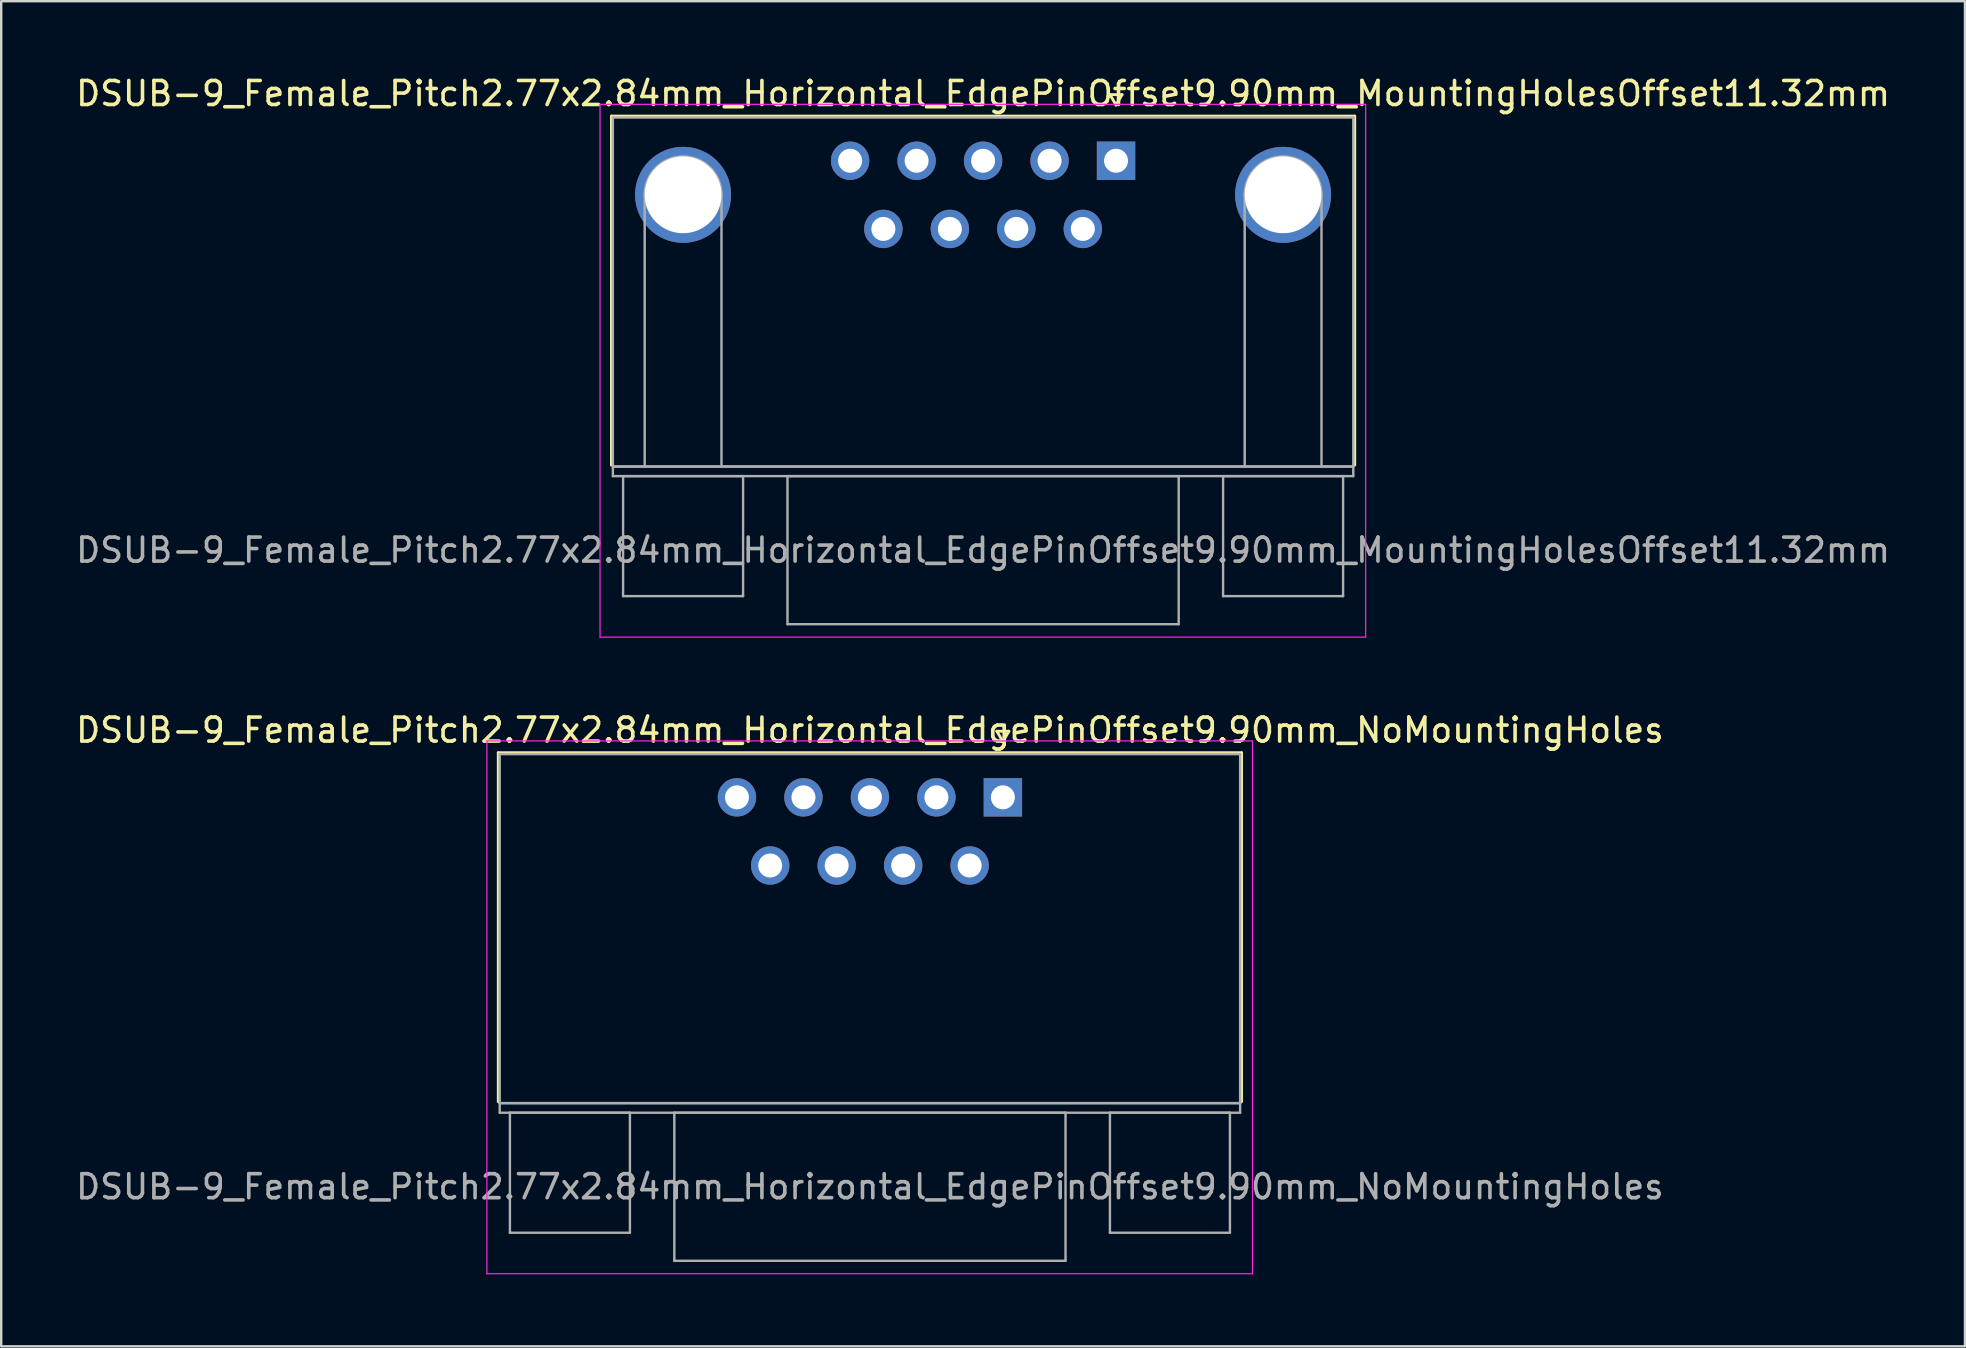
<source format=kicad_pcb>
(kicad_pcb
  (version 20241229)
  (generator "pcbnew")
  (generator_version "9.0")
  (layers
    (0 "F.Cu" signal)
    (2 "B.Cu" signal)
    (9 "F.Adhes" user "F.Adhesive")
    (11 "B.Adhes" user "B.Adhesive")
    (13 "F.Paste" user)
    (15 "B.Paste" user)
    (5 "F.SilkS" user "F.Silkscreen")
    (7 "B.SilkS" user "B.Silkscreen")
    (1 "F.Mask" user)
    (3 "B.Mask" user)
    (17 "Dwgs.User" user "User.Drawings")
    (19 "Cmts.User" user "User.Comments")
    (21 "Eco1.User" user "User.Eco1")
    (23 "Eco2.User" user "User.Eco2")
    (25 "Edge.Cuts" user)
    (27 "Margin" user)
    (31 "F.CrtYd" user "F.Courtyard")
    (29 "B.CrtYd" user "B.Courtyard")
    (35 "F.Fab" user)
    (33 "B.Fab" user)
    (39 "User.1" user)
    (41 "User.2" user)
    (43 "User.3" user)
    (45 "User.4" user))
  (footprint "DSUB-9_Female_Pitch2.77x2.84mm_Horizontal_EdgePinOffset9.90mm_NoMountingHoles"
    (layer "F.Cu")
    (at 38.736 30.172)
    (property "Reference" "DSUB-9_Female_Pitch2.77x2.84mm_Horizontal_EdgePinOffset9.90mm_NoMountingHoles" (at -5.54 -2.8 0) (layer "F.SilkS") (effects (font (size 1 1) (thickness 0.15))))
    (attr through_hole)
    (fp_line (start -21.025 -1.86) (end 9.945 -1.86) (stroke (width 0.12) (type solid)) (layer "F.SilkS"))
    (fp_line (start -21.025 12.68) (end -21.025 -1.86) (stroke (width 0.12) (type solid)) (layer "F.SilkS"))
    (fp_line (start -0.25 -2.754) (end 0.25 -2.754) (stroke (width 0.12) (type solid)) (layer "F.SilkS"))
    (fp_line (start 0 -2.321) (end -0.25 -2.754) (stroke (width 0.12) (type solid)) (layer "F.SilkS"))
    (fp_line (start 0.25 -2.754) (end 0 -2.321) (stroke (width 0.12) (type solid)) (layer "F.SilkS"))
    (fp_line (start 9.945 -1.86) (end 9.945 12.68) (stroke (width 0.12) (type solid)) (layer "F.SilkS"))
    (fp_line (start -21.5 -2.35) (end -21.5 19.85) (stroke (width 0.05) (type solid)) (layer "F.CrtYd"))
    (fp_line (start -21.5 19.85) (end 10.4 19.85) (stroke (width 0.05) (type solid)) (layer "F.CrtYd"))
    (fp_line (start 10.4 -2.35) (end -21.5 -2.35) (stroke (width 0.05) (type solid)) (layer "F.CrtYd"))
    (fp_line (start 10.4 19.85) (end 10.4 -2.35) (stroke (width 0.05) (type solid)) (layer "F.CrtYd"))
    (fp_line (start -20.965 -1.8) (end -20.965 12.74) (stroke (width 0.1) (type solid)) (layer "F.Fab"))
    (fp_line (start -20.965 12.74) (end -20.965 13.14) (stroke (width 0.1) (type solid)) (layer "F.Fab"))
    (fp_line (start -20.965 12.74) (end 9.885 12.74) (stroke (width 0.1) (type solid)) (layer "F.Fab"))
    (fp_line (start -20.965 13.14) (end 9.885 13.14) (stroke (width 0.1) (type solid)) (layer "F.Fab"))
    (fp_line (start -20.54 13.14) (end -20.54 18.14) (stroke (width 0.1) (type solid)) (layer "F.Fab"))
    (fp_line (start -20.54 18.14) (end -15.54 18.14) (stroke (width 0.1) (type solid)) (layer "F.Fab"))
    (fp_line (start -15.54 13.14) (end -20.54 13.14) (stroke (width 0.1) (type solid)) (layer "F.Fab"))
    (fp_line (start -15.54 18.14) (end -15.54 13.14) (stroke (width 0.1) (type solid)) (layer "F.Fab"))
    (fp_line (start -13.69 13.14) (end -13.69 19.31) (stroke (width 0.1) (type solid)) (layer "F.Fab"))
    (fp_line (start -13.69 19.31) (end 2.61 19.31) (stroke (width 0.1) (type solid)) (layer "F.Fab"))
    (fp_line (start 2.61 13.14) (end -13.69 13.14) (stroke (width 0.1) (type solid)) (layer "F.Fab"))
    (fp_line (start 2.61 19.31) (end 2.61 13.14) (stroke (width 0.1) (type solid)) (layer "F.Fab"))
    (fp_line (start 4.46 13.14) (end 4.46 18.14) (stroke (width 0.1) (type solid)) (layer "F.Fab"))
    (fp_line (start 4.46 18.14) (end 9.46 18.14) (stroke (width 0.1) (type solid)) (layer "F.Fab"))
    (fp_line (start 9.46 13.14) (end 4.46 13.14) (stroke (width 0.1) (type solid)) (layer "F.Fab"))
    (fp_line (start 9.46 18.14) (end 9.46 13.14) (stroke (width 0.1) (type solid)) (layer "F.Fab"))
    (fp_line (start 9.885 -1.8) (end -20.965 -1.8) (stroke (width 0.1) (type solid)) (layer "F.Fab"))
    (fp_line (start 9.885 12.74) (end -20.965 12.74) (stroke (width 0.1) (type solid)) (layer "F.Fab"))
    (fp_line (start 9.885 12.74) (end 9.885 -1.8) (stroke (width 0.1) (type solid)) (layer "F.Fab"))
    (fp_line (start 9.885 13.14) (end 9.885 12.74) (stroke (width 0.1) (type solid)) (layer "F.Fab"))
    (fp_text user "${REFERENCE}" (at -5.54 16.225 0) (layer "F.Fab") (effects (font (size 1 1) (thickness 0.15))))
    (pad "1" thru_hole rect (at 0 0) (size 1.6 1.6) (drill 1) (layers "*.Cu" "*.Mask"))
    (pad "2" thru_hole circle (at -2.77 0) (size 1.6 1.6) (drill 1) (layers "*.Cu" "*.Mask"))
    (pad "3" thru_hole circle (at -5.54 0) (size 1.6 1.6) (drill 1) (layers "*.Cu" "*.Mask"))
    (pad "4" thru_hole circle (at -8.31 0) (size 1.6 1.6) (drill 1) (layers "*.Cu" "*.Mask"))
    (pad "5" thru_hole circle (at -11.08 0) (size 1.6 1.6) (drill 1) (layers "*.Cu" "*.Mask"))
    (pad "6" thru_hole circle (at -1.385 2.84) (size 1.6 1.6) (drill 1) (layers "*.Cu" "*.Mask"))
    (pad "7" thru_hole circle (at -4.155 2.84) (size 1.6 1.6) (drill 1) (layers "*.Cu" "*.Mask"))
    (pad "8" thru_hole circle (at -6.925 2.84) (size 1.6 1.6) (drill 1) (layers "*.Cu" "*.Mask"))
    (pad "9" thru_hole circle (at -9.695 2.84) (size 1.6 1.6) (drill 1) (layers "*.Cu" "*.Mask")))
  (footprint "DSUB-9_Female_Pitch2.77x2.84mm_Horizontal_EdgePinOffset9.90mm_MountingHolesOffset11.32mm"
    (layer "F.Cu")
    (at 43.451 3.648)
    (property "Reference" "DSUB-9_Female_Pitch2.77x2.84mm_Horizontal_EdgePinOffset9.90mm_MountingHolesOffset11.32mm" (at -5.54 -2.8 0) (layer "F.SilkS") (effects (font (size 1 1) (thickness 0.15))))
    (attr through_hole)
    (fp_line (start -21.025 -1.86) (end 9.945 -1.86) (stroke (width 0.12) (type solid)) (layer "F.SilkS"))
    (fp_line (start -21.025 12.68) (end -21.025 -1.86) (stroke (width 0.12) (type solid)) (layer "F.SilkS"))
    (fp_line (start -0.25 -2.754) (end 0.25 -2.754) (stroke (width 0.12) (type solid)) (layer "F.SilkS"))
    (fp_line (start 0 -2.321) (end -0.25 -2.754) (stroke (width 0.12) (type solid)) (layer "F.SilkS"))
    (fp_line (start 0.25 -2.754) (end 0 -2.321) (stroke (width 0.12) (type solid)) (layer "F.SilkS"))
    (fp_line (start 9.945 -1.86) (end 9.945 12.68) (stroke (width 0.12) (type solid)) (layer "F.SilkS"))
    (fp_line (start -21.5 -2.35) (end -21.5 19.85) (stroke (width 0.05) (type solid)) (layer "F.CrtYd"))
    (fp_line (start -21.5 19.85) (end 10.4 19.85) (stroke (width 0.05) (type solid)) (layer "F.CrtYd"))
    (fp_line (start 10.4 -2.35) (end -21.5 -2.35) (stroke (width 0.05) (type solid)) (layer "F.CrtYd"))
    (fp_line (start 10.4 19.85) (end 10.4 -2.35) (stroke (width 0.05) (type solid)) (layer "F.CrtYd"))
    (fp_line (start -20.965 -1.8) (end -20.965 12.74) (stroke (width 0.1) (type solid)) (layer "F.Fab"))
    (fp_line (start -20.965 12.74) (end -20.965 13.14) (stroke (width 0.1) (type solid)) (layer "F.Fab"))
    (fp_line (start -20.965 12.74) (end 9.885 12.74) (stroke (width 0.1) (type solid)) (layer "F.Fab"))
    (fp_line (start -20.965 13.14) (end 9.885 13.14) (stroke (width 0.1) (type solid)) (layer "F.Fab"))
    (fp_line (start -20.54 13.14) (end -20.54 18.14) (stroke (width 0.1) (type solid)) (layer "F.Fab"))
    (fp_line (start -20.54 18.14) (end -15.54 18.14) (stroke (width 0.1) (type solid)) (layer "F.Fab"))
    (fp_line (start -19.64 12.74) (end -19.64 1.42) (stroke (width 0.1) (type solid)) (layer "F.Fab"))
    (fp_line (start -16.44 12.74) (end -16.44 1.42) (stroke (width 0.1) (type solid)) (layer "F.Fab"))
    (fp_line (start -15.54 13.14) (end -20.54 13.14) (stroke (width 0.1) (type solid)) (layer "F.Fab"))
    (fp_line (start -15.54 18.14) (end -15.54 13.14) (stroke (width 0.1) (type solid)) (layer "F.Fab"))
    (fp_line (start -13.69 13.14) (end -13.69 19.31) (stroke (width 0.1) (type solid)) (layer "F.Fab"))
    (fp_line (start -13.69 19.31) (end 2.61 19.31) (stroke (width 0.1) (type solid)) (layer "F.Fab"))
    (fp_line (start 2.61 13.14) (end -13.69 13.14) (stroke (width 0.1) (type solid)) (layer "F.Fab"))
    (fp_line (start 2.61 19.31) (end 2.61 13.14) (stroke (width 0.1) (type solid)) (layer "F.Fab"))
    (fp_line (start 4.46 13.14) (end 4.46 18.14) (stroke (width 0.1) (type solid)) (layer "F.Fab"))
    (fp_line (start 4.46 18.14) (end 9.46 18.14) (stroke (width 0.1) (type solid)) (layer "F.Fab"))
    (fp_line (start 5.36 12.74) (end 5.36 1.42) (stroke (width 0.1) (type solid)) (layer "F.Fab"))
    (fp_line (start 8.56 12.74) (end 8.56 1.42) (stroke (width 0.1) (type solid)) (layer "F.Fab"))
    (fp_line (start 9.46 13.14) (end 4.46 13.14) (stroke (width 0.1) (type solid)) (layer "F.Fab"))
    (fp_line (start 9.46 18.14) (end 9.46 13.14) (stroke (width 0.1) (type solid)) (layer "F.Fab"))
    (fp_line (start 9.885 -1.8) (end -20.965 -1.8) (stroke (width 0.1) (type solid)) (layer "F.Fab"))
    (fp_line (start 9.885 12.74) (end -20.965 12.74) (stroke (width 0.1) (type solid)) (layer "F.Fab"))
    (fp_line (start 9.885 12.74) (end 9.885 -1.8) (stroke (width 0.1) (type solid)) (layer "F.Fab"))
    (fp_line (start 9.885 13.14) (end 9.885 12.74) (stroke (width 0.1) (type solid)) (layer "F.Fab"))
    (fp_arc (start -19.64 1.42) (mid -18.04 -0.18) (end -16.44 1.42) (stroke (width 0.1) (type solid)) (layer "F.Fab"))
    (fp_arc (start 5.36 1.42) (mid 6.96 -0.18) (end 8.56 1.42) (stroke (width 0.1) (type solid)) (layer "F.Fab"))
    (fp_text user "${REFERENCE}" (at -5.54 16.225 0) (layer "F.Fab") (effects (font (size 1 1) (thickness 0.15))))
    (pad "0" thru_hole circle (at -18.04 1.42) (size 4 4) (drill 3.2) (layers "*.Cu" "*.Mask"))
    (pad "0" thru_hole circle (at 6.96 1.42) (size 4 4) (drill 3.2) (layers "*.Cu" "*.Mask"))
    (pad "1" thru_hole rect (at 0 0) (size 1.6 1.6) (drill 1) (layers "*.Cu" "*.Mask"))
    (pad "2" thru_hole circle (at -2.77 0) (size 1.6 1.6) (drill 1) (layers "*.Cu" "*.Mask"))
    (pad "3" thru_hole circle (at -5.54 0) (size 1.6 1.6) (drill 1) (layers "*.Cu" "*.Mask"))
    (pad "4" thru_hole circle (at -8.31 0) (size 1.6 1.6) (drill 1) (layers "*.Cu" "*.Mask"))
    (pad "5" thru_hole circle (at -11.08 0) (size 1.6 1.6) (drill 1) (layers "*.Cu" "*.Mask"))
    (pad "6" thru_hole circle (at -1.385 2.84) (size 1.6 1.6) (drill 1) (layers "*.Cu" "*.Mask"))
    (pad "7" thru_hole circle (at -4.155 2.84) (size 1.6 1.6) (drill 1) (layers "*.Cu" "*.Mask"))
    (pad "8" thru_hole circle (at -6.925 2.84) (size 1.6 1.6) (drill 1) (layers "*.Cu" "*.Mask"))
    (pad "9" thru_hole circle (at -9.695 2.84) (size 1.6 1.6) (drill 1) (layers "*.Cu" "*.Mask")))
  (gr_rect
    (start -3 -3)
    (end 78.821 53.047)
    (stroke (width 0.1) (type default))
    (fill no)
    (layer "Edge.Cuts")))
</source>
